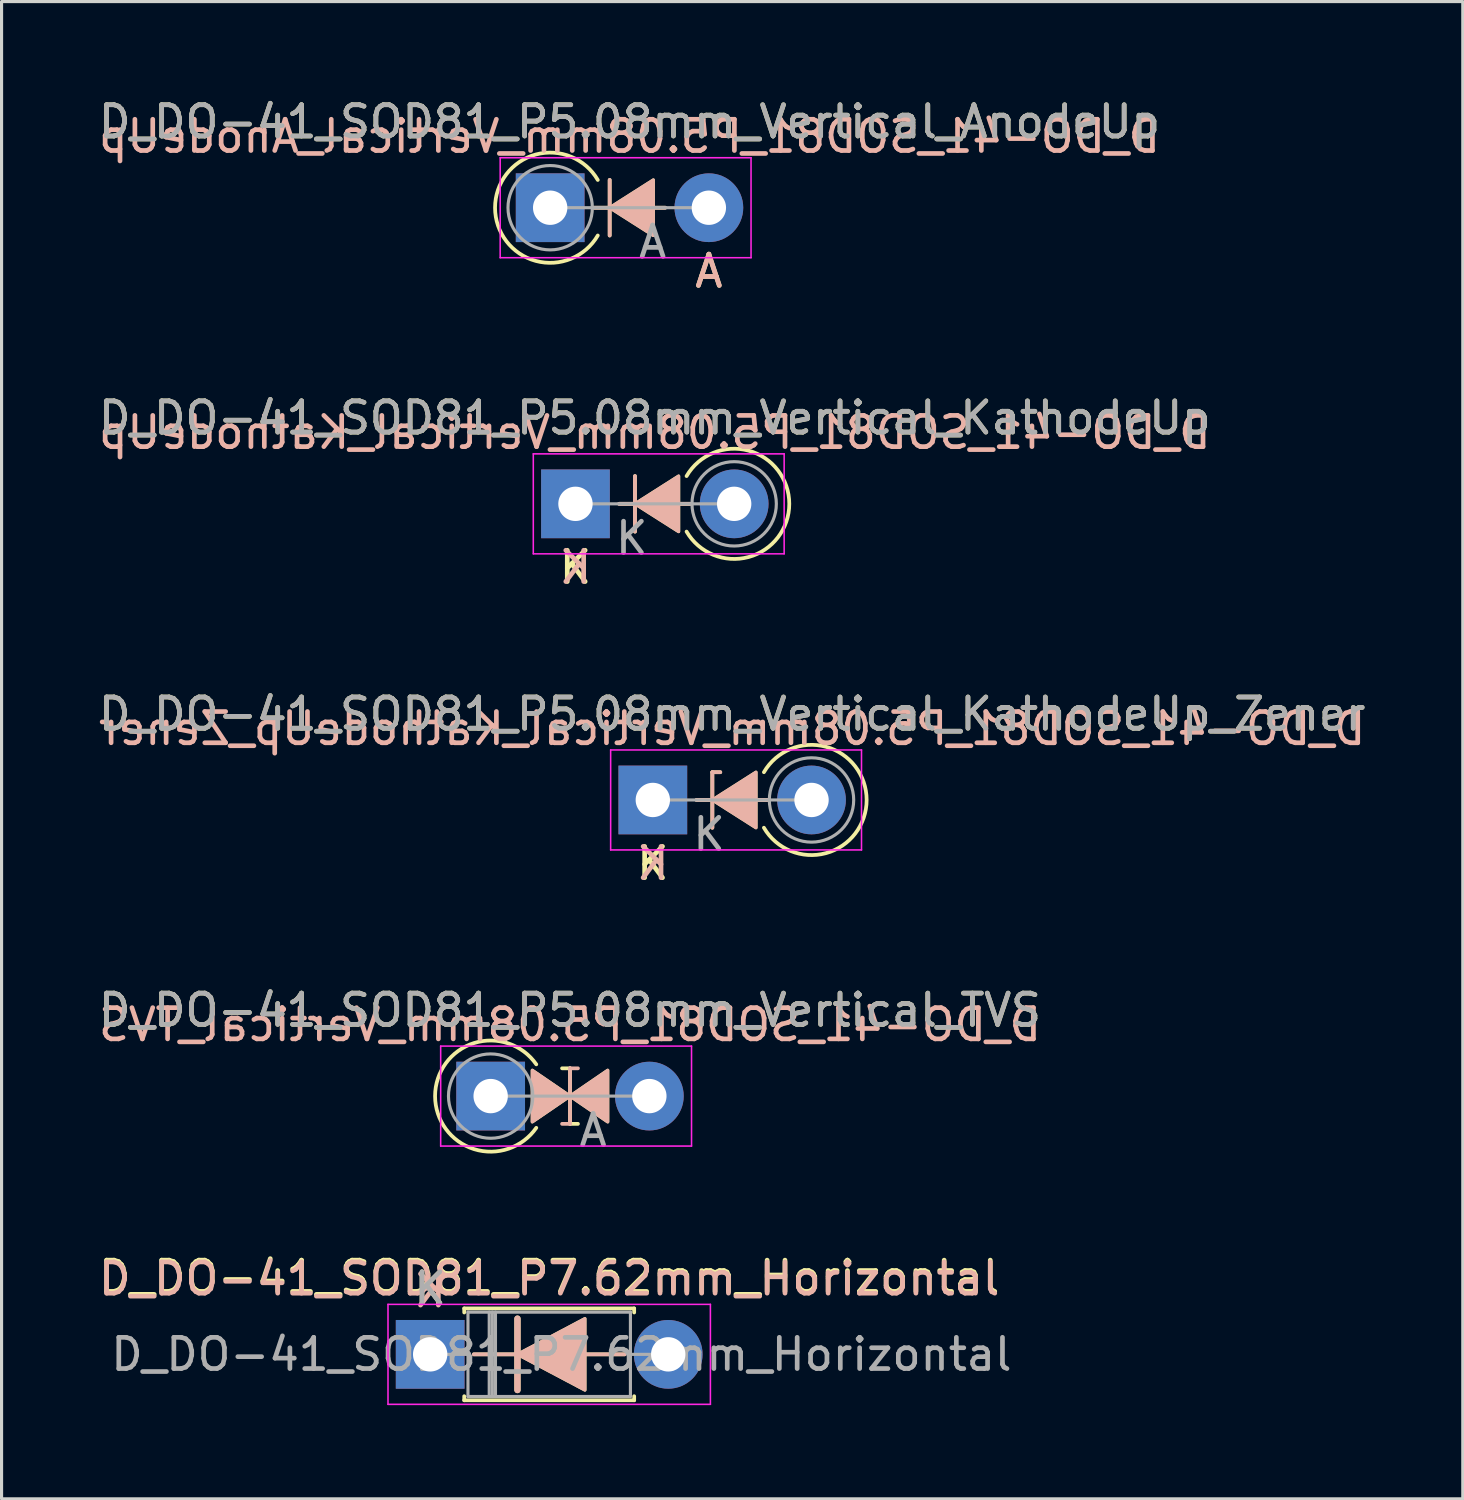
<source format=kicad_pcb>
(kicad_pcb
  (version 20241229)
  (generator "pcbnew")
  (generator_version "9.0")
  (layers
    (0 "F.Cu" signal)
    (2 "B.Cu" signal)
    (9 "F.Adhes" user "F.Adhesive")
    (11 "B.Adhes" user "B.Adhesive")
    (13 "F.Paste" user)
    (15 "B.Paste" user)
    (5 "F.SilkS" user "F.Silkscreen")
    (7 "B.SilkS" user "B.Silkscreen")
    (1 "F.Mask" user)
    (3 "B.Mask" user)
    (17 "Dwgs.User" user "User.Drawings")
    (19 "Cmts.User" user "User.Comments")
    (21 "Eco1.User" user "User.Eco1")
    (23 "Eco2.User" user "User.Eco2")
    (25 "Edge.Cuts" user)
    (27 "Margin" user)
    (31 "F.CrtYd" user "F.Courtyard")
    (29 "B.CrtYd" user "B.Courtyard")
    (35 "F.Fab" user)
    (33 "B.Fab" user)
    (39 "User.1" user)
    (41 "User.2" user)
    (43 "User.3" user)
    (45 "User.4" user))
  (footprint "D_DO-41_SOD81_P5.08mm_Vertical_KathodeUp"
    (layer "F.Cu")
    (at 15.371 13.078)
    (property "Reference" "D_DO-41_SOD81_P5.08mm_Vertical_KathodeUp" (at 2.54 -2.751 0) (layer "F.SilkS") (effects (font (size 1 1) (thickness 0.15))))
    (fp_line (start 1.905 -0.889) (end 1.905 0.889) (stroke (width 0.12) (type solid)) (layer "F.SilkS"))
    (fp_line (start 3.683 0) (end 1.397 0) (stroke (width 0.12) (type solid)) (layer "F.SilkS"))
    (fp_arc (start 3.556 -0.888999) (mid 6.844339 0.000001) (end 3.556 0.889) (stroke (width 0.12) (type solid)) (layer "F.SilkS"))
    (fp_poly (pts (xy 3.302 0.889) (xy 1.905 0) (xy 3.302 -0.889)) (stroke (width 0.1) (type solid)) (fill yes) (layer "F.SilkS"))
    (fp_line (start 1.905 0.889) (end 1.905 -0.889) (stroke (width 0.12) (type solid)) (layer "B.SilkS"))
    (fp_line (start 3.683 0) (end 1.397 0) (stroke (width 0.12) (type solid)) (layer "B.SilkS"))
    (fp_poly (pts (xy 3.302 -0.889) (xy 1.905 0) (xy 3.302 0.889)) (stroke (width 0.1) (type solid)) (fill yes) (layer "B.SilkS"))
    (fp_line (start -1.35 -1.6) (end -1.35 1.6) (stroke (width 0.05) (type solid)) (layer "F.CrtYd"))
    (fp_line (start -1.35 1.6) (end 6.68 1.6) (stroke (width 0.05) (type solid)) (layer "F.CrtYd"))
    (fp_line (start 6.68 -1.6) (end -1.35 -1.6) (stroke (width 0.05) (type solid)) (layer "F.CrtYd"))
    (fp_line (start 6.68 1.6) (end 6.68 -1.6) (stroke (width 0.05) (type solid)) (layer "F.CrtYd"))
    (fp_line (start 0 0) (end 5.08 0) (stroke (width 0.1) (type solid)) (layer "F.Fab"))
    (fp_circle (center 5.08 0) (end 6.43 0) (stroke (width 0.1) (type solid)) (fill no) (layer "F.Fab"))
    (fp_text user "K" (at 0 2.032 0) (layer "F.SilkS") (effects (font (size 1 1) (thickness 0.15))))
    (fp_text user "${REFERENCE}" (at 2.54 -2.286 0) (layer "B.SilkS") (effects (font (size 1 1) (thickness 0.15)) (justify mirror)))
    (fp_text user "K" (at 0 2.032 0) (layer "B.SilkS") (effects (font (size 1 1) (thickness 0.15)) (justify mirror)))
    (fp_text user "${REFERENCE}" (at 2.54 -2.751 0) (layer "F.Fab") (effects (font (size 1 1) (thickness 0.15))))
    (fp_text user "K" (at 1.8 1.1 0) (layer "F.Fab") (effects (font (size 1 1) (thickness 0.15))))
    (pad "1" thru_hole rect (at 0 0) (size 2.2 2.2) (drill 1.1) (layers "*.Cu" "*.Mask"))
    (pad "2" thru_hole oval (at 5.08 0) (size 2.2 2.2) (drill 1.1) (layers "*.Cu" "*.Mask")))
  (footprint "D_DO-41_SOD81_P5.08mm_Vertical_TVS"
    (layer "F.Cu")
    (at 12.656 32.036)
    (property "Reference" "D_DO-41_SOD81_P5.08mm_Vertical_TVS" (at 2.54 -2.751 0) (layer "F.SilkS") (effects (font (size 1 1) (thickness 0.15))))
    (fp_line (start 2.286 -0.889) (end 2.54 -0.889) (stroke (width 0.12) (type solid)) (layer "F.SilkS"))
    (fp_line (start 2.54 -0.889) (end 2.54 0.889) (stroke (width 0.12) (type solid)) (layer "F.SilkS"))
    (fp_line (start 2.54 0.889) (end 2.794 0.889) (stroke (width 0.12) (type solid)) (layer "F.SilkS"))
    (fp_arc (start 1.4605 1.016) (mid -1.779134 0) (end 1.4605 -1.016) (stroke (width 0.12) (type solid)) (layer "F.SilkS"))
    (fp_poly (pts (xy 1.333 -0.826) (xy 2.54 0) (xy 1.333 0.826)) (stroke (width 0.1) (type solid)) (fill yes) (layer "F.SilkS"))
    (fp_poly (pts (xy 3.747 0.826) (xy 2.54 0) (xy 3.747 -0.826)) (stroke (width 0.1) (type solid)) (fill yes) (layer "F.SilkS"))
    (fp_line (start 2.286 0.889) (end 2.54 0.889) (stroke (width 0.12) (type solid)) (layer "B.SilkS"))
    (fp_line (start 2.54 -0.889) (end 2.794 -0.889) (stroke (width 0.12) (type solid)) (layer "B.SilkS"))
    (fp_line (start 2.54 0.889) (end 2.54 -0.889) (stroke (width 0.12) (type solid)) (layer "B.SilkS"))
    (fp_poly (pts (xy 1.333 0.826) (xy 2.54 0) (xy 1.333 -0.826)) (stroke (width 0.1) (type solid)) (fill yes) (layer "B.SilkS"))
    (fp_poly (pts (xy 3.747 -0.826) (xy 2.54 0) (xy 3.747 0.826)) (stroke (width 0.1) (type solid)) (fill yes) (layer "B.SilkS"))
    (fp_line (start -1.6 -1.6) (end -1.6 1.6) (stroke (width 0.05) (type solid)) (layer "F.CrtYd"))
    (fp_line (start -1.6 1.6) (end 6.43 1.6) (stroke (width 0.05) (type solid)) (layer "F.CrtYd"))
    (fp_line (start 6.43 -1.6) (end -1.6 -1.6) (stroke (width 0.05) (type solid)) (layer "F.CrtYd"))
    (fp_line (start 6.43 1.6) (end 6.43 -1.6) (stroke (width 0.05) (type solid)) (layer "F.CrtYd"))
    (fp_line (start 0 0) (end 5.08 0) (stroke (width 0.1) (type solid)) (layer "F.Fab"))
    (fp_circle (center 0 0) (end 1.35 0) (stroke (width 0.1) (type solid)) (fill no) (layer "F.Fab"))
    (fp_text user "${REFERENCE}" (at 2.54 -2.286 0) (layer "B.SilkS") (effects (font (size 1 1) (thickness 0.15)) (justify mirror)))
    (fp_text user "${REFERENCE}" (at 2.54 -2.751 0) (layer "F.Fab") (effects (font (size 1 1) (thickness 0.15))))
    (fp_text user "A" (at 3.28 1.1 0) (layer "F.Fab") (effects (font (size 1 1) (thickness 0.15))))
    (pad "1" thru_hole rect (at 0 0) (size 2.2 2.2) (drill 1.1) (layers "*.Cu" "*.Mask"))
    (pad "2" thru_hole oval (at 5.08 0) (size 2.2 2.2) (drill 1.1) (layers "*.Cu" "*.Mask")))
  (footprint "D_DO-41_SOD81_P5.08mm_Vertical_AnodeUp"
    (layer "F.Cu")
    (at 14.561 3.599)
    (property "Reference" "D_DO-41_SOD81_P5.08mm_Vertical_AnodeUp" (at 2.54 -2.751 0) (layer "F.SilkS") (effects (font (size 1 1) (thickness 0.15))))
    (fp_line (start 1.905 -0.889) (end 1.905 0.889) (stroke (width 0.12) (type solid)) (layer "F.SilkS"))
    (fp_line (start 3.683 0) (end 1.397 0) (stroke (width 0.12) (type solid)) (layer "F.SilkS"))
    (fp_arc (start 1.523999 0.889) (mid -1.76434 0) (end 1.523999 -0.888999) (stroke (width 0.12) (type solid)) (layer "F.SilkS"))
    (fp_poly (pts (xy 3.302 0.889) (xy 1.905 0) (xy 3.302 -0.889)) (stroke (width 0.1) (type solid)) (fill yes) (layer "F.SilkS"))
    (fp_line (start 1.905 0.889) (end 1.905 -0.889) (stroke (width 0.12) (type solid)) (layer "B.SilkS"))
    (fp_line (start 3.683 0) (end 1.397 0) (stroke (width 0.12) (type solid)) (layer "B.SilkS"))
    (fp_poly (pts (xy 3.302 -0.889) (xy 1.905 0) (xy 3.302 0.889)) (stroke (width 0.1) (type solid)) (fill yes) (layer "B.SilkS"))
    (fp_line (start -1.6 -1.6) (end -1.6 1.6) (stroke (width 0.05) (type solid)) (layer "F.CrtYd"))
    (fp_line (start -1.6 1.6) (end 6.43 1.6) (stroke (width 0.05) (type solid)) (layer "F.CrtYd"))
    (fp_line (start 6.43 -1.6) (end -1.6 -1.6) (stroke (width 0.05) (type solid)) (layer "F.CrtYd"))
    (fp_line (start 6.43 1.6) (end 6.43 -1.6) (stroke (width 0.05) (type solid)) (layer "F.CrtYd"))
    (fp_line (start 0 0) (end 5.08 0) (stroke (width 0.1) (type solid)) (layer "F.Fab"))
    (fp_circle (center 0 0) (end 1.35 0) (stroke (width 0.1) (type solid)) (fill no) (layer "F.Fab"))
    (fp_text user "A" (at 5.08 2.032 0) (layer "F.SilkS") (effects (font (size 1 1) (thickness 0.15))))
    (fp_text user "${REFERENCE}" (at 2.54 -2.286 0) (layer "B.SilkS") (effects (font (size 1 1) (thickness 0.15)) (justify mirror)))
    (fp_text user "A" (at 5.08 2.032 0) (layer "B.SilkS") (effects (font (size 1 1) (thickness 0.15)) (justify mirror)))
    (fp_text user "A" (at 3.28 1.1 0) (layer "F.Fab") (effects (font (size 1 1) (thickness 0.15))))
    (fp_text user "${REFERENCE}" (at 2.54 -2.751 0) (layer "F.Fab") (effects (font (size 1 1) (thickness 0.15))))
    (pad "1" thru_hole rect (at 0 0) (size 2.2 2.2) (drill 1.1) (layers "*.Cu" "*.Mask"))
    (pad "2" thru_hole oval (at 5.08 0) (size 2.2 2.2) (drill 1.1) (layers "*.Cu" "*.Mask")))
  (footprint "D_DO-41_SOD81_P7.62mm_Horizontal"
    (layer "F.Cu")
    (at 10.72 40.303)
    (property "Reference" "D_DO-41_SOD81_P7.62mm_Horizontal" (at 3.81 -2.47 0) (layer "F.SilkS") (effects (font (size 1 1) (thickness 0.15))))
    (fp_line (start 1.09 -1.47) (end 6.53 -1.47) (stroke (width 0.12) (type solid)) (layer "F.SilkS"))
    (fp_line (start 1.09 -1.34) (end 1.09 -1.47) (stroke (width 0.12) (type solid)) (layer "F.SilkS"))
    (fp_line (start 1.09 1.34) (end 1.09 1.47) (stroke (width 0.12) (type solid)) (layer "F.SilkS"))
    (fp_line (start 1.09 1.47) (end 6.53 1.47) (stroke (width 0.12) (type solid)) (layer "F.SilkS"))
    (fp_line (start 2.794 -1.143) (end 2.794 1.143) (stroke (width 0.2) (type solid)) (layer "F.SilkS"))
    (fp_line (start 2.794 0) (end 1.397 0) (stroke (width 0.12) (type solid)) (layer "F.SilkS"))
    (fp_line (start 4.953 0) (end 6.223 0) (stroke (width 0.12) (type solid)) (layer "F.SilkS"))
    (fp_line (start 6.53 -1.47) (end 6.53 -1.34) (stroke (width 0.12) (type solid)) (layer "F.SilkS"))
    (fp_line (start 6.53 1.47) (end 6.53 1.34) (stroke (width 0.12) (type solid)) (layer "F.SilkS"))
    (fp_poly (pts (xy 4.953 1.143) (xy 2.794 0) (xy 4.953 -1.143)) (stroke (width 0.1) (type solid)) (fill yes) (layer "F.SilkS"))
    (fp_line (start 2.794 0) (end 1.397 0) (stroke (width 0.12) (type solid)) (layer "B.SilkS"))
    (fp_line (start 2.794 1.143) (end 2.794 -1.143) (stroke (width 0.2) (type solid)) (layer "B.SilkS"))
    (fp_line (start 4.953 0) (end 6.223 0) (stroke (width 0.12) (type solid)) (layer "B.SilkS"))
    (fp_poly (pts (xy 4.953 -1.143) (xy 2.794 0) (xy 4.953 1.143)) (stroke (width 0.1) (type solid)) (fill yes) (layer "B.SilkS"))
    (fp_line (start -1.35 -1.6) (end -1.35 1.6) (stroke (width 0.05) (type solid)) (layer "F.CrtYd"))
    (fp_line (start -1.35 1.6) (end 8.97 1.6) (stroke (width 0.05) (type solid)) (layer "F.CrtYd"))
    (fp_line (start 8.97 -1.6) (end -1.35 -1.6) (stroke (width 0.05) (type solid)) (layer "F.CrtYd"))
    (fp_line (start 8.97 1.6) (end 8.97 -1.6) (stroke (width 0.05) (type solid)) (layer "F.CrtYd"))
    (fp_line (start 0 0) (end 1.21 0) (stroke (width 0.1) (type solid)) (layer "F.Fab"))
    (fp_line (start 1.21 -1.35) (end 1.21 1.35) (stroke (width 0.1) (type solid)) (layer "F.Fab"))
    (fp_line (start 1.21 1.35) (end 6.41 1.35) (stroke (width 0.1) (type solid)) (layer "F.Fab"))
    (fp_line (start 1.89 -1.35) (end 1.89 1.35) (stroke (width 0.1) (type solid)) (layer "F.Fab"))
    (fp_line (start 1.99 -1.35) (end 1.99 1.35) (stroke (width 0.1) (type solid)) (layer "F.Fab"))
    (fp_line (start 2.09 -1.35) (end 2.09 1.35) (stroke (width 0.1) (type solid)) (layer "F.Fab"))
    (fp_line (start 6.41 -1.35) (end 1.21 -1.35) (stroke (width 0.1) (type solid)) (layer "F.Fab"))
    (fp_line (start 6.41 1.35) (end 6.41 -1.35) (stroke (width 0.1) (type solid)) (layer "F.Fab"))
    (fp_line (start 7.62 0) (end 6.41 0) (stroke (width 0.1) (type solid)) (layer "F.Fab"))
    (fp_text user "K" (at 0 -2.1 0) (layer "F.SilkS") (effects (font (size 1 1) (thickness 0.15))))
    (fp_text user "K" (at 0 -2.032 0) (layer "B.SilkS") (effects (font (size 1 1) (thickness 0.15)) (justify mirror)))
    (fp_text user "${REFERENCE}" (at 3.81 -2.413 0) (layer "B.SilkS") (effects (font (size 1 1) (thickness 0.15))))
    (fp_text user "${REFERENCE}" (at 4.2 0 0) (layer "F.Fab") (effects (font (size 1 1) (thickness 0.15))))
    (fp_text user "K" (at 0 -2.1 0) (layer "F.Fab") (effects (font (size 1 1) (thickness 0.15))))
    (pad "1" thru_hole rect (at 0 0) (size 2.2 2.2) (drill 1.1) (layers "*.Cu" "*.Mask"))
    (pad "2" thru_hole oval (at 7.62 0) (size 2.2 2.2) (drill 1.1) (layers "*.Cu" "*.Mask")))
  (footprint "D_DO-41_SOD81_P5.08mm_Vertical_KathodeUp_Zener"
    (layer "F.Cu")
    (at 17.847 22.557)
    (property "Reference" "D_DO-41_SOD81_P5.08mm_Vertical_KathodeUp_Zener" (at 2.54 -2.751 0) (layer "F.SilkS") (effects (font (size 1 1) (thickness 0.15))))
    (fp_line (start 1.905 -0.889) (end 1.905 0.889) (stroke (width 0.12) (type solid)) (layer "F.SilkS"))
    (fp_line (start 1.905 -0.889) (end 2.159 -0.889) (stroke (width 0.12) (type solid)) (layer "F.SilkS"))
    (fp_line (start 3.683 0) (end 1.397 0) (stroke (width 0.12) (type solid)) (layer "F.SilkS"))
    (fp_arc (start 3.556 -0.888999) (mid 6.844339 0.000001) (end 3.556 0.889) (stroke (width 0.12) (type solid)) (layer "F.SilkS"))
    (fp_poly (pts (xy 3.302 0.889) (xy 1.905 0) (xy 3.302 -0.889)) (stroke (width 0.1) (type solid)) (fill yes) (layer "F.SilkS"))
    (fp_line (start 1.905 -0.889) (end 2.159 -0.889) (stroke (width 0.12) (type solid)) (layer "B.SilkS"))
    (fp_line (start 1.905 0.889) (end 1.905 -0.889) (stroke (width 0.12) (type solid)) (layer "B.SilkS"))
    (fp_line (start 3.683 0) (end 1.397 0) (stroke (width 0.12) (type solid)) (layer "B.SilkS"))
    (fp_poly (pts (xy 3.302 -0.889) (xy 1.905 0) (xy 3.302 0.889)) (stroke (width 0.1) (type solid)) (fill yes) (layer "B.SilkS"))
    (fp_line (start -1.35 -1.6) (end -1.35 1.6) (stroke (width 0.05) (type solid)) (layer "F.CrtYd"))
    (fp_line (start -1.35 1.6) (end 6.68 1.6) (stroke (width 0.05) (type solid)) (layer "F.CrtYd"))
    (fp_line (start 6.68 -1.6) (end -1.35 -1.6) (stroke (width 0.05) (type solid)) (layer "F.CrtYd"))
    (fp_line (start 6.68 1.6) (end 6.68 -1.6) (stroke (width 0.05) (type solid)) (layer "F.CrtYd"))
    (fp_line (start 0 0) (end 5.08 0) (stroke (width 0.1) (type solid)) (layer "F.Fab"))
    (fp_circle (center 5.08 0) (end 6.43 0) (stroke (width 0.1) (type solid)) (fill no) (layer "F.Fab"))
    (fp_text user "K" (at 0 2.032 0) (layer "F.SilkS") (effects (font (size 1 1) (thickness 0.15))))
    (fp_text user "${REFERENCE}" (at 2.54 -2.286 0) (layer "B.SilkS") (effects (font (size 1 1) (thickness 0.15)) (justify mirror)))
    (fp_text user "K" (at 0 2.032 0) (layer "B.SilkS") (effects (font (size 1 1) (thickness 0.15)) (justify mirror)))
    (fp_text user "${REFERENCE}" (at 2.54 -2.751 0) (layer "F.Fab") (effects (font (size 1 1) (thickness 0.15))))
    (fp_text user "K" (at 1.8 1.1 0) (layer "F.Fab") (effects (font (size 1 1) (thickness 0.15))))
    (pad "1" thru_hole rect (at 0 0) (size 2.2 2.2) (drill 1.1) (layers "*.Cu" "*.Mask"))
    (pad "2" thru_hole oval (at 5.08 0) (size 2.2 2.2) (drill 1.1) (layers "*.Cu" "*.Mask")))
  (gr_rect
    (start -3 -3)
    (end 43.774 44.928)
    (stroke (width 0.1) (type default))
    (fill no)
    (layer "Edge.Cuts")))
</source>
